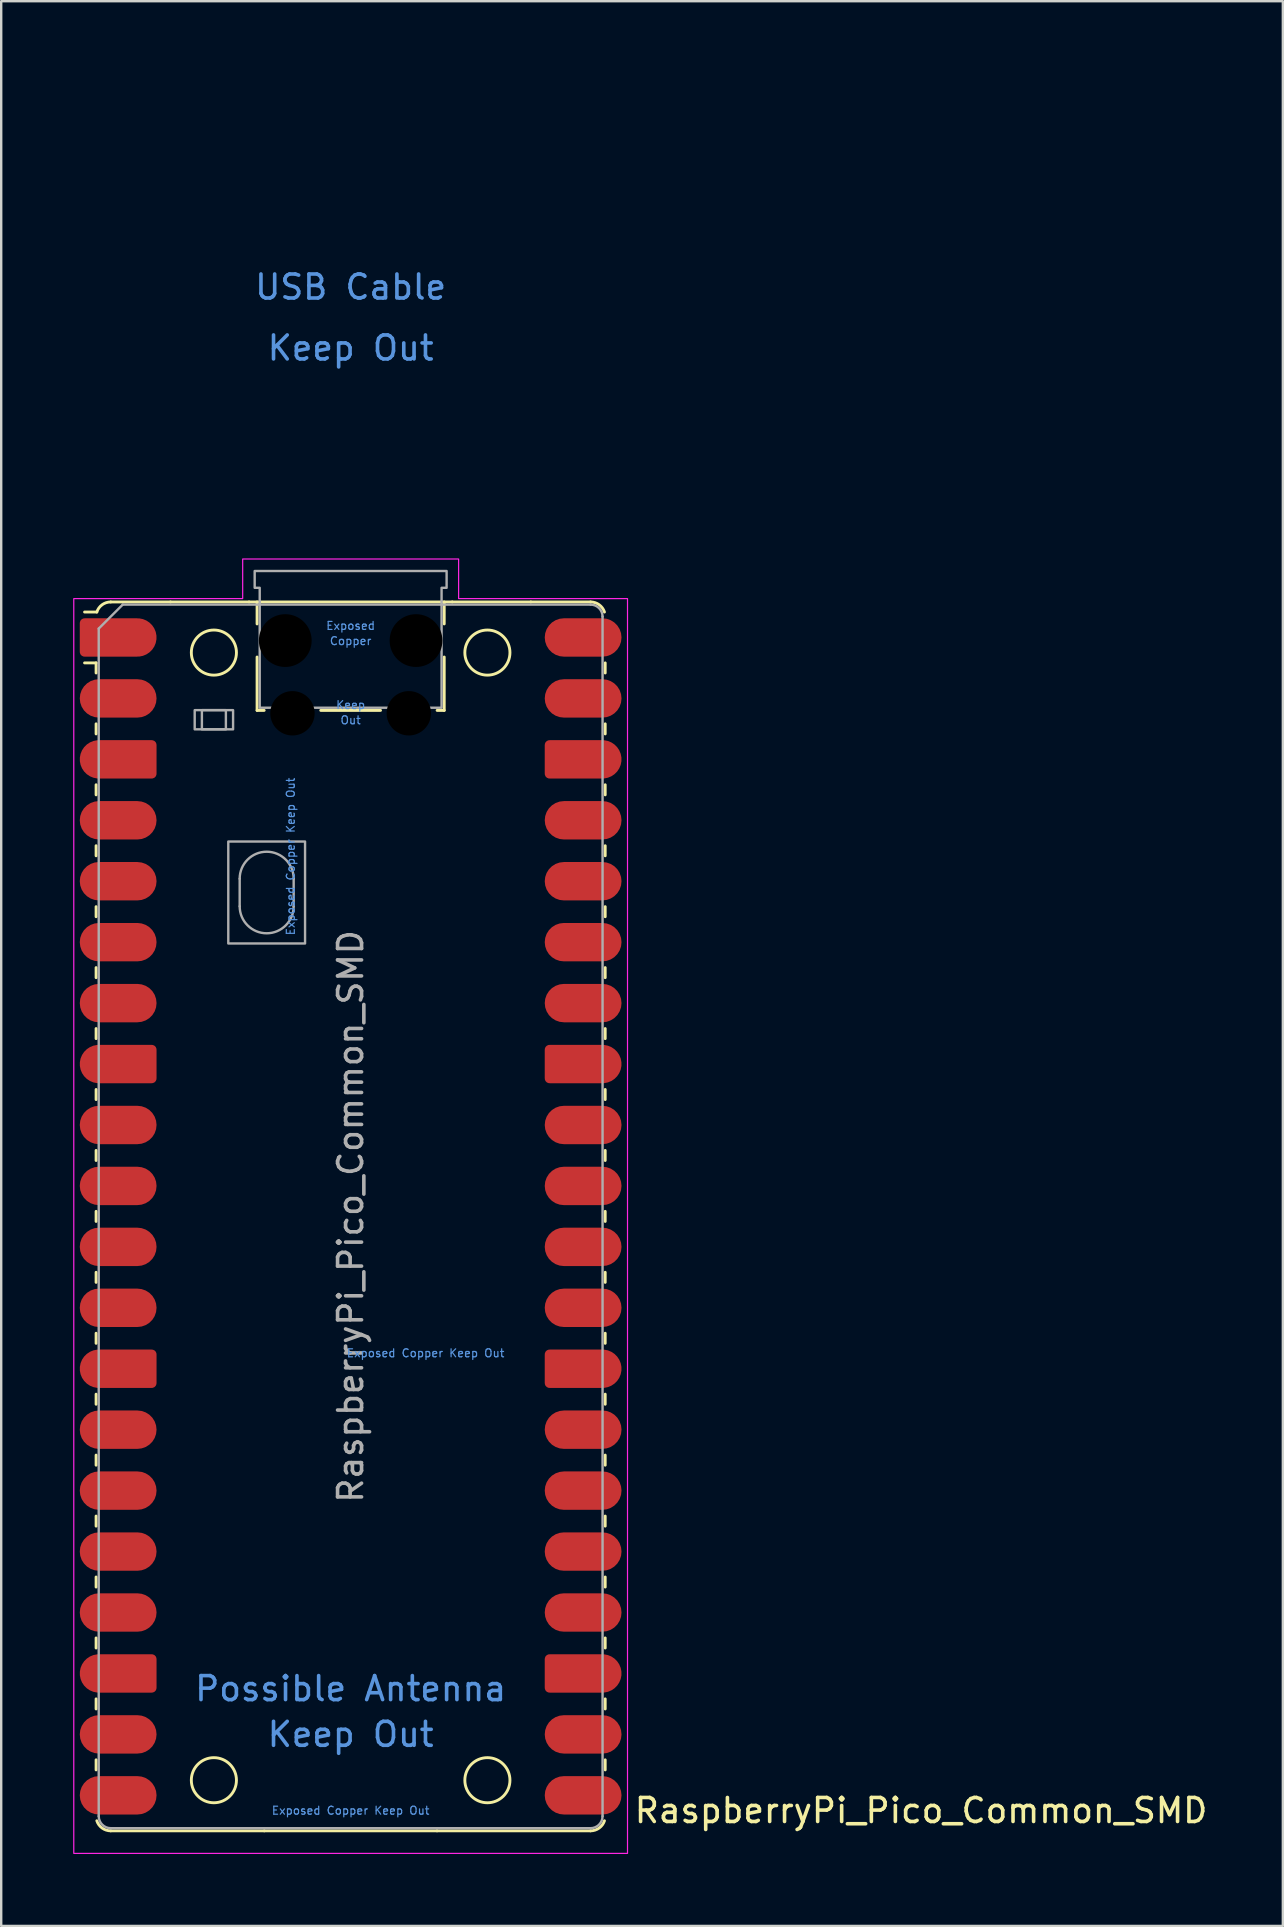
<source format=kicad_pcb>
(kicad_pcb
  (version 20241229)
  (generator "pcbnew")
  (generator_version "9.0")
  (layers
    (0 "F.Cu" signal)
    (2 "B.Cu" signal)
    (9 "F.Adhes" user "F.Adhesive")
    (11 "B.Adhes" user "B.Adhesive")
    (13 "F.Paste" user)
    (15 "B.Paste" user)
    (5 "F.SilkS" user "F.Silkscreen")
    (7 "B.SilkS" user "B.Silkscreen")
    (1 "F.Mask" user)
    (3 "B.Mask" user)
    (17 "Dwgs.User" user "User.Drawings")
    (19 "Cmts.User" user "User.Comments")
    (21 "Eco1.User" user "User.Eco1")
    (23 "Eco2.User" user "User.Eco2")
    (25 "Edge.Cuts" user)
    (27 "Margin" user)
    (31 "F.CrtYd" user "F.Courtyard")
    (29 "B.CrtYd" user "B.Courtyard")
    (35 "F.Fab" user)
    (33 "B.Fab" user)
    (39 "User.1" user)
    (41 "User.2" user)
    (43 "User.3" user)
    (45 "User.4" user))
  (footprint "RaspberryPi_Pico_Common_SMD"
    (layer "F.Cu")
    (at 11.565 47.65)
    (property "Reference" "RaspberryPi_Pico_Common_SMD" (at 11.748 24.765 0) (unlocked yes) (layer "F.SilkS") (effects (font (size 1 1) (thickness 0.15)) (justify left)))
    (attr smd)
    (fp_line (start -10.61 -23.07) (end -11.09 -23.07) (stroke (width 0.12) (type solid)) (layer "F.SilkS"))
    (fp_line (start -10.61 -23.07) (end -10.61 -22.65) (stroke (width 0.12) (type solid)) (layer "F.SilkS"))
    (fp_line (start -10.61 -20.53) (end -10.61 -20.11) (stroke (width 0.12) (type solid)) (layer "F.SilkS"))
    (fp_line (start -10.61 -17.99) (end -10.61 -17.57) (stroke (width 0.12) (type solid)) (layer "F.SilkS"))
    (fp_line (start -10.61 -15.45) (end -10.61 -15.03) (stroke (width 0.12) (type solid)) (layer "F.SilkS"))
    (fp_line (start -10.61 -12.91) (end -10.61 -12.49) (stroke (width 0.12) (type solid)) (layer "F.SilkS"))
    (fp_line (start -10.61 -10.37) (end -10.61 -9.95) (stroke (width 0.12) (type solid)) (layer "F.SilkS"))
    (fp_line (start -10.61 -7.83) (end -10.61 -7.41) (stroke (width 0.12) (type solid)) (layer "F.SilkS"))
    (fp_line (start -10.61 -5.29) (end -10.61 -4.87) (stroke (width 0.12) (type solid)) (layer "F.SilkS"))
    (fp_line (start -10.61 -2.75) (end -10.61 -2.33) (stroke (width 0.12) (type solid)) (layer "F.SilkS"))
    (fp_line (start -10.61 -0.21) (end -10.61 0.21) (stroke (width 0.12) (type solid)) (layer "F.SilkS"))
    (fp_line (start -10.61 2.33) (end -10.61 2.75) (stroke (width 0.12) (type solid)) (layer "F.SilkS"))
    (fp_line (start -10.61 4.87) (end -10.61 5.29) (stroke (width 0.12) (type solid)) (layer "F.SilkS"))
    (fp_line (start -10.61 7.41) (end -10.61 7.83) (stroke (width 0.12) (type solid)) (layer "F.SilkS"))
    (fp_line (start -10.61 9.95) (end -10.61 10.37) (stroke (width 0.12) (type solid)) (layer "F.SilkS"))
    (fp_line (start -10.61 12.49) (end -10.61 12.91) (stroke (width 0.12) (type solid)) (layer "F.SilkS"))
    (fp_line (start -10.61 15.03) (end -10.61 15.45) (stroke (width 0.12) (type solid)) (layer "F.SilkS"))
    (fp_line (start -10.61 17.57) (end -10.61 17.99) (stroke (width 0.12) (type solid)) (layer "F.SilkS"))
    (fp_line (start -10.61 20.11) (end -10.61 20.53) (stroke (width 0.12) (type solid)) (layer "F.SilkS"))
    (fp_line (start -10.61 22.65) (end -10.61 23.07) (stroke (width 0.12) (type solid)) (layer "F.SilkS"))
    (fp_line (start -10.58 -25.19) (end -11.09 -25.19) (stroke (width 0.12) (type solid)) (layer "F.SilkS"))
    (fp_line (start -10 -25.61) (end -7.51 -25.61) (stroke (width 0.12) (type solid)) (layer "F.SilkS"))
    (fp_line (start -10 25.61) (end -3.6 25.61) (stroke (width 0.12) (type solid)) (layer "F.SilkS"))
    (fp_line (start -7.51 -25.61) (end -4.235 -25.61) (stroke (width 0.12) (type solid)) (layer "F.SilkS"))
    (fp_line (start -4.235 -25.61) (end 4.235 -25.61) (stroke (width 0.12) (type solid)) (layer "F.SilkS"))
    (fp_line (start -3.9 -25.61) (end -3.9 -24.694) (stroke (width 0.12) (type solid)) (layer "F.SilkS"))
    (fp_line (start -3.9 -23.315) (end -3.9 -21.09) (stroke (width 0.12) (type solid)) (layer "F.SilkS"))
    (fp_line (start -3.9 -21.09) (end -3.604 -21.09) (stroke (width 0.12) (type solid)) (layer "F.SilkS"))
    (fp_line (start -1.246 -21.09) (end 1.246 -21.09) (stroke (width 0.12) (type solid)) (layer "F.SilkS"))
    (fp_line (start 3.6 25.61) (end -3.6 25.61) (stroke (width 0.12) (type solid)) (layer "F.SilkS"))
    (fp_line (start 3.6 25.61) (end 10 25.61) (stroke (width 0.12) (type solid)) (layer "F.SilkS"))
    (fp_line (start 3.604 -21.09) (end 3.9 -21.09) (stroke (width 0.12) (type solid)) (layer "F.SilkS"))
    (fp_line (start 3.9 -25.61) (end 3.9 -24.694) (stroke (width 0.12) (type solid)) (layer "F.SilkS"))
    (fp_line (start 3.9 -23.315) (end 3.9 -21.09) (stroke (width 0.12) (type solid)) (layer "F.SilkS"))
    (fp_line (start 4.235 -25.61) (end 7.51 -25.61) (stroke (width 0.12) (type solid)) (layer "F.SilkS"))
    (fp_line (start 10 -25.61) (end 7.51 -25.61) (stroke (width 0.12) (type solid)) (layer "F.SilkS"))
    (fp_line (start 10.61 -23.07) (end 10.61 -22.65) (stroke (width 0.12) (type solid)) (layer "F.SilkS"))
    (fp_line (start 10.61 -20.53) (end 10.61 -20.11) (stroke (width 0.12) (type solid)) (layer "F.SilkS"))
    (fp_line (start 10.61 -17.99) (end 10.61 -17.57) (stroke (width 0.12) (type solid)) (layer "F.SilkS"))
    (fp_line (start 10.61 -15.45) (end 10.61 -15.03) (stroke (width 0.12) (type solid)) (layer "F.SilkS"))
    (fp_line (start 10.61 -12.91) (end 10.61 -12.49) (stroke (width 0.12) (type solid)) (layer "F.SilkS"))
    (fp_line (start 10.61 -10.37) (end 10.61 -9.95) (stroke (width 0.12) (type solid)) (layer "F.SilkS"))
    (fp_line (start 10.61 -7.83) (end 10.61 -7.41) (stroke (width 0.12) (type solid)) (layer "F.SilkS"))
    (fp_line (start 10.61 -5.29) (end 10.61 -4.87) (stroke (width 0.12) (type solid)) (layer "F.SilkS"))
    (fp_line (start 10.61 -2.75) (end 10.61 -2.33) (stroke (width 0.12) (type solid)) (layer "F.SilkS"))
    (fp_line (start 10.61 -0.21) (end 10.61 0.21) (stroke (width 0.12) (type solid)) (layer "F.SilkS"))
    (fp_line (start 10.61 2.33) (end 10.61 2.75) (stroke (width 0.12) (type solid)) (layer "F.SilkS"))
    (fp_line (start 10.61 4.87) (end 10.61 5.29) (stroke (width 0.12) (type solid)) (layer "F.SilkS"))
    (fp_line (start 10.61 7.41) (end 10.61 7.83) (stroke (width 0.12) (type solid)) (layer "F.SilkS"))
    (fp_line (start 10.61 9.95) (end 10.61 10.37) (stroke (width 0.12) (type solid)) (layer "F.SilkS"))
    (fp_line (start 10.61 12.49) (end 10.61 12.91) (stroke (width 0.12) (type solid)) (layer "F.SilkS"))
    (fp_line (start 10.61 15.03) (end 10.61 15.45) (stroke (width 0.12) (type solid)) (layer "F.SilkS"))
    (fp_line (start 10.61 17.57) (end 10.61 17.99) (stroke (width 0.12) (type solid)) (layer "F.SilkS"))
    (fp_line (start 10.61 20.11) (end 10.61 20.53) (stroke (width 0.12) (type solid)) (layer "F.SilkS"))
    (fp_line (start 10.61 22.65) (end 10.61 23.07) (stroke (width 0.12) (type solid)) (layer "F.SilkS"))
    (fp_arc (start -10.579676 -25.189937) (mid -10.357938 -25.493944) (end -10 -25.61) (stroke (width 0.12) (type solid)) (layer "F.SilkS"))
    (fp_arc (start -10 25.61) (mid -10.357937 25.493944) (end -10.579676 25.189937) (stroke (width 0.12) (type solid)) (layer "F.SilkS"))
    (fp_arc (start 10 -25.61) (mid 10.357937 -25.493944) (end 10.579676 -25.189937) (stroke (width 0.12) (type solid)) (layer "F.SilkS"))
    (fp_arc (start 10.579676 25.189937) (mid 10.357946 25.493957) (end 10 25.61) (stroke (width 0.12) (type solid)) (layer "F.SilkS"))
    (fp_circle (center -5.7 -23.5) (end -4.76 -23.5) (stroke (width 0.12) (type solid)) (fill no) (layer "F.SilkS"))
    (fp_circle (center -5.7 23.5) (end -4.76 23.5) (stroke (width 0.12) (type solid)) (fill no) (layer "F.SilkS"))
    (fp_circle (center 5.7 -23.5) (end 6.64 -23.5) (stroke (width 0.12) (type solid)) (fill no) (layer "F.SilkS"))
    (fp_circle (center 5.7 23.5) (end 6.64 23.5) (stroke (width 0.12) (type solid)) (fill no) (layer "F.SilkS"))
    (fp_poly (pts (xy -4.5 -27.4) (xy 4.5 -27.4) (xy 4.5 -25.75) (xy 11.54 -25.75) (xy 11.54 26.55) (xy -11.54 26.55) (xy -11.54 -25.75) (xy -4.5 -25.75)) (stroke (width 0.05) (type solid)) (fill no) (layer "F.CrtYd"))
    (fp_line (start -10.5 -24.5) (end -9.5 -25.5) (stroke (width 0.1) (type solid)) (layer "F.Fab"))
    (fp_line (start -10.5 25) (end -10.5 -24.5) (stroke (width 0.1) (type solid)) (layer "F.Fab"))
    (fp_line (start -9.5 -25.5) (end 10 -25.5) (stroke (width 0.1) (type solid)) (layer "F.Fab"))
    (fp_line (start -4.625 -14.075) (end -4.625 -12.925) (stroke (width 0.1) (type solid)) (layer "F.Fab"))
    (fp_line (start -2.375 -14.075) (end -2.375 -12.925) (stroke (width 0.1) (type solid)) (layer "F.Fab"))
    (fp_line (start 10 25.5) (end -10 25.5) (stroke (width 0.1) (type solid)) (layer "F.Fab"))
    (fp_line (start 10.5 -25) (end 10.5 25) (stroke (width 0.1) (type solid)) (layer "F.Fab"))
    (fp_rect (start -6.5 -21.1) (end -4.9 -20.3) (stroke (width 0.1) (type solid)) (fill no) (layer "F.Fab"))
    (fp_rect (start -6.2 -21.1) (end -5.2 -20.3) (stroke (width 0.1) (type solid)) (fill no) (layer "F.Fab"))
    (fp_rect (start -5.1 -15.625) (end -1.9 -11.375) (stroke (width 0.1) (type solid)) (fill no) (layer "F.Fab"))
    (fp_arc (start -10 25.5) (mid -10.353553 25.353553) (end -10.5 25) (stroke (width 0.1) (type solid)) (layer "F.Fab"))
    (fp_arc (start -4.625 -14.075) (mid -3.5 -15.2) (end -2.375 -14.075) (stroke (width 0.1) (type solid)) (layer "F.Fab"))
    (fp_arc (start -2.375 -12.925) (mid -3.5 -11.8) (end -4.625 -12.925) (stroke (width 0.1) (type solid)) (layer "F.Fab"))
    (fp_arc (start 10 -25.5) (mid 10.353553 -25.353553) (end 10.5 -25) (stroke (width 0.1) (type solid)) (layer "F.Fab"))
    (fp_arc (start 10.5 25) (mid 10.353553 25.353553) (end 10 25.5) (stroke (width 0.1) (type solid)) (layer "F.Fab"))
    (fp_poly (pts (xy 3.79 -21.2) (xy 3.79 -26.2) (xy 4 -26.2) (xy 4 -26.9) (xy -4 -26.9) (xy -4 -26.2) (xy -3.79 -26.2) (xy -3.79 -21.2)) (stroke (width 0.1) (type solid)) (fill no) (layer "F.Fab"))
    (fp_text user "Exposed" (at 0 -24.617 0) (unlocked yes) (layer "Cmts.User") (effects (font (size 0.333 0.333) (thickness 0.05))))
    (fp_text user "Exposed Copper Keep Out" (at 3.124 5.7 0) (unlocked yes) (layer "Cmts.User") (effects (font (size 0.333 0.333) (thickness 0.05))))
    (fp_text user "Exposed Copper Keep Out" (at 0 24.765 0) (unlocked yes) (layer "Cmts.User") (effects (font (size 0.333 0.333) (thickness 0.05))))
    (fp_text user "Keep Out" (at 0 -36.195 0) (unlocked yes) (layer "Cmts.User") (effects (font (size 1 1) (thickness 0.15))))
    (fp_text user "Copper" (at 0 -23.983 0) (unlocked yes) (layer "Cmts.User") (effects (font (size 0.333 0.333) (thickness 0.05))))
    (fp_text user "USB Cable" (at 0 -38.735 0) (unlocked yes) (layer "Cmts.User") (effects (font (size 1 1) (thickness 0.15))))
    (fp_text user "Out" (at 0 -20.683 0) (unlocked yes) (layer "Cmts.User") (effects (font (size 0.333 0.333) (thickness 0.05))))
    (fp_text user "Keep Out" (at 0 21.59 0) (unlocked yes) (layer "Cmts.User") (effects (font (size 1 1) (thickness 0.15))))
    (fp_text user "Possible Antenna" (at 0 19.685 0) (unlocked yes) (layer "Cmts.User") (effects (font (size 1 1) (thickness 0.15))))
    (fp_text user "Keep" (at 0 -21.317 0) (unlocked yes) (layer "Cmts.User") (effects (font (size 0.333 0.333) (thickness 0.05))))
    (fp_text user "Exposed Copper Keep Out" (at -2.5 -15 90) (unlocked yes) (layer "Cmts.User") (effects (font (size 0.333 0.333) (thickness 0.05))))
    (fp_text user "${REFERENCE}" (at 0 0 90) (layer "F.Fab") (effects (font (size 1 1) (thickness 0.15))))
    (pad "" np_thru_hole circle (at -2.725 -24) (size 2.2 2.2) (drill 2.2) (layers "*.Mask"))
    (pad "" np_thru_hole circle (at -2.425 -20.97) (size 1.85 1.85) (drill 1.85) (layers "*.Mask"))
    (pad "" np_thru_hole circle (at 2.425 -20.97) (size 1.85 1.85) (drill 1.85) (layers "*.Mask"))
    (pad "" np_thru_hole circle (at 2.725 -24) (size 2.2 2.2) (drill 2.2) (layers "*.Mask"))
    (pad "1" smd custom (at -8.89 -24.13) (size 1.6 1.6) (layers "F.Cu" "F.Mask" "F.Paste") (options (anchor circle)) (primitives (gr_poly (pts (xy -2.4 0.6) (xy -2.4 -0.6) (xy -2.2 -0.8) (xy 0 -0.8) (xy 0 0.8) (xy -2.2 0.8)) (width 0) (fill yes)) (gr_circle (center -2.2 0.6) (end -2 0.6) (width 0) (fill yes)) (gr_circle (center -2.2 -0.6) (end -2 -0.6) (width 0) (fill yes))))
    (pad "2" smd roundrect (at -8.89 -21.59) (size 3.2 1.6) (drill (offset -0.8 0)) (layers "F.Cu" "F.Mask" "F.Paste") (roundrect_rratio 0.5))
    (pad "3" smd custom (at -8.89 -19.05) (size 1.6 1.6) (layers "F.Cu" "F.Mask" "F.Paste") (options (anchor circle)) (primitives (gr_poly (pts (xy 0.8 -0.6) (xy 0.8 0.6) (xy 0.6 0.8) (xy -1.6 0.8) (xy -1.6 -0.8) (xy 0.6 -0.8)) (width 0) (fill yes)) (gr_circle (center 0.6 0.6) (end 0.8 0.6) (width 0) (fill yes)) (gr_circle (center 0.6 -0.6) (end 0.8 -0.6) (width 0) (fill yes)) (gr_circle (center -1.6 0) (end -0.8 0) (width 0) (fill yes))))
    (pad "4" smd roundrect (at -8.89 -16.51) (size 3.2 1.6) (drill (offset -0.8 0)) (layers "F.Cu" "F.Mask" "F.Paste") (roundrect_rratio 0.5))
    (pad "5" smd roundrect (at -8.89 -13.97) (size 3.2 1.6) (drill (offset -0.8 0)) (layers "F.Cu" "F.Mask" "F.Paste") (roundrect_rratio 0.5))
    (pad "6" smd roundrect (at -8.89 -11.43) (size 3.2 1.6) (drill (offset -0.8 0)) (layers "F.Cu" "F.Mask" "F.Paste") (roundrect_rratio 0.5))
    (pad "7" smd roundrect (at -8.89 -8.89) (size 3.2 1.6) (drill (offset -0.8 0)) (layers "F.Cu" "F.Mask" "F.Paste") (roundrect_rratio 0.5))
    (pad "8" smd custom (at -8.89 -6.35) (size 1.6 1.6) (layers "F.Cu" "F.Mask" "F.Paste") (options (anchor circle)) (primitives (gr_poly (pts (xy 0.8 -0.6) (xy 0.8 0.6) (xy 0.6 0.8) (xy -1.6 0.8) (xy -1.6 -0.8) (xy 0.6 -0.8)) (width 0) (fill yes)) (gr_circle (center 0.6 0.6) (end 0.8 0.6) (width 0) (fill yes)) (gr_circle (center 0.6 -0.6) (end 0.8 -0.6) (width 0) (fill yes)) (gr_circle (center -1.6 0) (end -0.8 0) (width 0) (fill yes))))
    (pad "9" smd roundrect (at -8.89 -3.81) (size 3.2 1.6) (drill (offset -0.8 0)) (layers "F.Cu" "F.Mask" "F.Paste") (roundrect_rratio 0.5))
    (pad "10" smd roundrect (at -8.89 -1.27) (size 3.2 1.6) (drill (offset -0.8 0)) (layers "F.Cu" "F.Mask" "F.Paste") (roundrect_rratio 0.5))
    (pad "11" smd roundrect (at -8.89 1.27) (size 3.2 1.6) (drill (offset -0.8 0)) (layers "F.Cu" "F.Mask" "F.Paste") (roundrect_rratio 0.5))
    (pad "12" smd roundrect (at -8.89 3.81) (size 3.2 1.6) (drill (offset -0.8 0)) (layers "F.Cu" "F.Mask" "F.Paste") (roundrect_rratio 0.5))
    (pad "13" smd custom (at -8.89 6.35) (size 1.6 1.6) (layers "F.Cu" "F.Mask" "F.Paste") (options (anchor circle)) (primitives (gr_poly (pts (xy 0.8 -0.6) (xy 0.8 0.6) (xy 0.6 0.8) (xy -1.6 0.8) (xy -1.6 -0.8) (xy 0.6 -0.8)) (width 0) (fill yes)) (gr_circle (center 0.6 0.6) (end 0.8 0.6) (width 0) (fill yes)) (gr_circle (center 0.6 -0.6) (end 0.8 -0.6) (width 0) (fill yes)) (gr_circle (center -1.6 0) (end -0.8 0) (width 0) (fill yes))))
    (pad "14" smd roundrect (at -8.89 8.89) (size 3.2 1.6) (drill (offset -0.8 0)) (layers "F.Cu" "F.Mask" "F.Paste") (roundrect_rratio 0.5))
    (pad "15" smd roundrect (at -8.89 11.43) (size 3.2 1.6) (drill (offset -0.8 0)) (layers "F.Cu" "F.Mask" "F.Paste") (roundrect_rratio 0.5))
    (pad "16" smd roundrect (at -8.89 13.97) (size 3.2 1.6) (drill (offset -0.8 0)) (layers "F.Cu" "F.Mask" "F.Paste") (roundrect_rratio 0.5))
    (pad "17" smd roundrect (at -8.89 16.51) (size 3.2 1.6) (drill (offset -0.8 0)) (layers "F.Cu" "F.Mask" "F.Paste") (roundrect_rratio 0.5))
    (pad "18" smd custom (at -8.89 19.05) (size 1.6 1.6) (layers "F.Cu" "F.Mask" "F.Paste") (options (anchor circle)) (primitives (gr_poly (pts (xy 0.8 -0.6) (xy 0.8 0.6) (xy 0.6 0.8) (xy -1.6 0.8) (xy -1.6 -0.8) (xy 0.6 -0.8)) (width 0) (fill yes)) (gr_circle (center 0.6 0.6) (end 0.8 0.6) (width 0) (fill yes)) (gr_circle (center 0.6 -0.6) (end 0.8 -0.6) (width 0) (fill yes)) (gr_circle (center -1.6 0) (end -0.8 0) (width 0) (fill yes))))
    (pad "19" smd roundrect (at -8.89 21.59) (size 3.2 1.6) (drill (offset -0.8 0)) (layers "F.Cu" "F.Mask" "F.Paste") (roundrect_rratio 0.5))
    (pad "20" smd roundrect (at -8.89 24.13) (size 3.2 1.6) (drill (offset -0.8 0)) (layers "F.Cu" "F.Mask" "F.Paste") (roundrect_rratio 0.5))
    (pad "21" smd roundrect (at 8.89 24.13) (size 3.2 1.6) (drill (offset 0.8 0)) (layers "F.Cu" "F.Mask" "F.Paste") (roundrect_rratio 0.5))
    (pad "22" smd roundrect (at 8.89 21.59) (size 3.2 1.6) (drill (offset 0.8 0)) (layers "F.Cu" "F.Mask" "F.Paste") (roundrect_rratio 0.5))
    (pad "23" smd custom (at 8.89 19.05) (size 1.6 1.6) (layers "F.Cu" "F.Mask" "F.Paste") (options (anchor circle)) (primitives (gr_poly (pts (xy -0.8 -0.6) (xy -0.8 0.6) (xy -0.6 0.8) (xy 1.6 0.8) (xy 1.6 -0.8) (xy -0.6 -0.8)) (width 0) (fill yes)) (gr_circle (center -0.6 0.6) (end -0.4 0.6) (width 0) (fill yes)) (gr_circle (center -0.6 -0.6) (end -0.4 -0.6) (width 0) (fill yes)) (gr_circle (center 1.6 0) (end 2.4 0) (width 0) (fill yes))))
    (pad "24" smd roundrect (at 8.89 16.51) (size 3.2 1.6) (drill (offset 0.8 0)) (layers "F.Cu" "F.Mask" "F.Paste") (roundrect_rratio 0.5))
    (pad "25" smd roundrect (at 8.89 13.97) (size 3.2 1.6) (drill (offset 0.8 0)) (layers "F.Cu" "F.Mask" "F.Paste") (roundrect_rratio 0.5))
    (pad "26" smd roundrect (at 8.89 11.43) (size 3.2 1.6) (drill (offset 0.8 0)) (layers "F.Cu" "F.Mask" "F.Paste") (roundrect_rratio 0.5))
    (pad "27" smd roundrect (at 8.89 8.89) (size 3.2 1.6) (drill (offset 0.8 0)) (layers "F.Cu" "F.Mask" "F.Paste") (roundrect_rratio 0.5))
    (pad "28" smd custom (at 8.89 6.35) (size 1.6 1.6) (layers "F.Cu" "F.Mask" "F.Paste") (options (anchor circle)) (primitives (gr_poly (pts (xy -0.8 -0.6) (xy -0.8 0.6) (xy -0.6 0.8) (xy 1.6 0.8) (xy 1.6 -0.8) (xy -0.6 -0.8)) (width 0) (fill yes)) (gr_circle (center -0.6 0.6) (end -0.4 0.6) (width 0) (fill yes)) (gr_circle (center -0.6 -0.6) (end -0.4 -0.6) (width 0) (fill yes)) (gr_circle (center 1.6 0) (end 2.4 0) (width 0) (fill yes))))
    (pad "29" smd roundrect (at 8.89 3.81) (size 3.2 1.6) (drill (offset 0.8 0)) (layers "F.Cu" "F.Mask" "F.Paste") (roundrect_rratio 0.5))
    (pad "30" smd roundrect (at 8.89 1.27) (size 3.2 1.6) (drill (offset 0.8 0)) (layers "F.Cu" "F.Mask" "F.Paste") (roundrect_rratio 0.5))
    (pad "31" smd roundrect (at 8.89 -1.27) (size 3.2 1.6) (drill (offset 0.8 0)) (layers "F.Cu" "F.Mask" "F.Paste") (roundrect_rratio 0.5))
    (pad "32" smd roundrect (at 8.89 -3.81) (size 3.2 1.6) (drill (offset 0.8 0)) (layers "F.Cu" "F.Mask" "F.Paste") (roundrect_rratio 0.5))
    (pad "33" smd custom (at 8.89 -6.35) (size 1.6 1.6) (layers "F.Cu" "F.Mask" "F.Paste") (options (anchor circle)) (primitives (gr_poly (pts (xy -0.8 -0.6) (xy -0.8 0.6) (xy -0.6 0.8) (xy 1.6 0.8) (xy 1.6 -0.8) (xy -0.6 -0.8)) (width 0) (fill yes)) (gr_circle (center -0.6 0.6) (end -0.4 0.6) (width 0) (fill yes)) (gr_circle (center -0.6 -0.6) (end -0.4 -0.6) (width 0) (fill yes)) (gr_circle (center 1.6 0) (end 2.4 0) (width 0) (fill yes))))
    (pad "34" smd roundrect (at 8.89 -8.89) (size 3.2 1.6) (drill (offset 0.8 0)) (layers "F.Cu" "F.Mask" "F.Paste") (roundrect_rratio 0.5))
    (pad "35" smd roundrect (at 8.89 -11.43) (size 3.2 1.6) (drill (offset 0.8 0)) (layers "F.Cu" "F.Mask" "F.Paste") (roundrect_rratio 0.5))
    (pad "36" smd roundrect (at 8.89 -13.97) (size 3.2 1.6) (drill (offset 0.8 0)) (layers "F.Cu" "F.Mask" "F.Paste") (roundrect_rratio 0.5))
    (pad "37" smd roundrect (at 8.89 -16.51) (size 3.2 1.6) (drill (offset 0.8 0)) (layers "F.Cu" "F.Mask" "F.Paste") (roundrect_rratio 0.5))
    (pad "38" smd custom (at 8.89 -19.05) (size 1.6 1.6) (layers "F.Cu" "F.Mask" "F.Paste") (options (anchor circle)) (primitives (gr_poly (pts (xy -0.8 -0.6) (xy -0.8 0.6) (xy -0.6 0.8) (xy 1.6 0.8) (xy 1.6 -0.8) (xy -0.6 -0.8)) (width 0) (fill yes)) (gr_circle (center -0.6 0.6) (end -0.4 0.6) (width 0) (fill yes)) (gr_circle (center -0.6 -0.6) (end -0.4 -0.6) (width 0) (fill yes)) (gr_circle (center 1.6 0) (end 2.4 0) (width 0) (fill yes))))
    (pad "39" smd roundrect (at 8.89 -21.59) (size 3.2 1.6) (drill (offset 0.8 0)) (layers "F.Cu" "F.Mask" "F.Paste") (roundrect_rratio 0.5))
    (pad "40" smd roundrect (at 8.89 -24.13) (size 3.2 1.6) (drill (offset 0.8 0)) (layers "F.Cu" "F.Mask" "F.Paste") (roundrect_rratio 0.5))
    (zone (net_name "") (layers "F.Cu" "B.Cu" "F.Paste" "B.Paste") (name "Antenna Copper Keep Out") (hatch full 0.5) (connect_pads) (min_thickness 0.254) (filled_areas_thickness no) (keepout (tracks not_allowed) (vias not_allowed) (pads not_allowed) (copperpour not_allowed) (footprints allowed)) (placement (enabled no)) (fill) (polygon (pts (xy 9.165 72.64) (xy 4.465 68.99) (xy 4.465 64.65) (xy 18.665 64.65) (xy 18.665 68.99) (xy 13.965 72.64) (xy 13.965 73.65) (xy 9.165 73.65))))
    (zone (net_name "") (layers "F.Cu" "F.Paste") (name "Pad Keep Out D1-W") (hatch full 0.5) (connect_pads) (min_thickness 0.25) (filled_areas_thickness no) (keepout (tracks not_allowed) (vias not_allowed) (pads not_allowed) (copperpour not_allowed) (footprints allowed)) (placement (enabled no)) (fill) (polygon (pts (xy 11.194 52.45) (xy 11.249 52.395) (xy 11.322 52.365) (xy 11.362 52.363) (xy 12.149 52.363) (xy 12.149 54.337) (xy 11.362 54.337) (xy 11.322 54.335) (xy 11.249 54.305) (xy 11.194 54.25) (xy 11.164 54.177) (xy 11.162 54.137) (xy 11.162 52.563) (xy 11.164 52.523))))
    (zone (net_name "") (layers "F.Cu" "F.Paste") (name "Pad Keep Out D1-W") (hatch full 0.5) (connect_pads) (min_thickness 0.25) (filled_areas_thickness no) (keepout (tracks not_allowed) (vias not_allowed) (pads not_allowed) (copperpour not_allowed) (footprints allowed)) (placement (enabled no)) (fill) (polygon (pts (xy 12.937 54.337) (xy 12.149 54.337) (xy 12.149 52.363) (xy 12.937 52.363) (xy 12.976 52.365) (xy 13.049 52.395) (xy 13.104 52.45) (xy 13.135 52.523) (xy 13.136 52.563) (xy 13.136 54.137) (xy 13.135 54.177) (xy 13.104 54.25) (xy 13.049 54.305) (xy 12.976 54.335))))
    (zone (net_name "") (layers "F.Cu" "F.Paste") (name "Pad Keep Out TP4") (hatch full 0.5) (connect_pads) (min_thickness 0.25) (filled_areas_thickness no) (keepout (tracks not_allowed) (vias not_allowed) (pads not_allowed) (copperpour not_allowed) (footprints allowed)) (placement (enabled no)) (fill) (polygon (pts (xy 8.549 31.098) (xy 8.423 31.064) (xy 8.309 30.998) (xy 8.217 30.906) (xy 8.151 30.792) (xy 8.117 30.666) (xy 8.115 30.6) (xy 8.115 30.15) (xy 10.015 30.15) (xy 10.015 30.6) (xy 10.013 30.666) (xy 9.979 30.792) (xy 9.913 30.906) (xy 9.821 30.998) (xy 9.707 31.064) (xy 9.581 31.098) (xy 9.515 31.1) (xy 8.615 31.1))))
    (zone (net_name "") (layers "F.Cu" "F.Paste") (name "Pad Keep Out TP5") (hatch full 0.5) (connect_pads) (min_thickness 0.25) (filled_areas_thickness no) (keepout (tracks not_allowed) (vias not_allowed) (pads not_allowed) (copperpour not_allowed) (footprints allowed)) (placement (enabled no)) (fill) (polygon (pts (xy 8.549 33.598) (xy 8.423 33.564) (xy 8.309 33.498) (xy 8.217 33.406) (xy 8.151 33.292) (xy 8.117 33.166) (xy 8.115 33.1) (xy 8.115 32.65) (xy 10.015 32.65) (xy 10.015 33.1) (xy 10.013 33.166) (xy 9.979 33.292) (xy 9.913 33.406) (xy 9.821 33.498) (xy 9.707 33.564) (xy 9.581 33.598) (xy 9.515 33.6) (xy 8.615 33.6))))
    (zone (net_name "") (layers "F.Cu" "F.Paste") (name "Pad Keep Out TP6") (hatch full 0.5) (connect_pads) (min_thickness 0.25) (filled_areas_thickness no) (keepout (tracks not_allowed) (vias not_allowed) (pads not_allowed) (copperpour not_allowed) (footprints allowed)) (placement (enabled no)) (fill) (polygon (pts (xy 8.549 36.098) (xy 8.423 36.064) (xy 8.309 35.998) (xy 8.217 35.906) (xy 8.151 35.792) (xy 8.117 35.666) (xy 8.115 35.6) (xy 8.115 35.15) (xy 10.015 35.15) (xy 10.015 35.6) (xy 10.013 35.666) (xy 9.979 35.792) (xy 9.913 35.906) (xy 9.821 35.998) (xy 9.707 36.064) (xy 9.581 36.098) (xy 9.515 36.1) (xy 8.615 36.1))))
    (zone (net_name "") (layers "F.Cu" "F.Paste") (name "Pad Keep Out TP3") (hatch full 0.5) (connect_pads) (min_thickness 0.25) (filled_areas_thickness no) (keepout (tracks not_allowed) (vias not_allowed) (pads not_allowed) (copperpour not_allowed) (footprints allowed)) (placement (enabled no)) (fill) (polygon (pts (xy 9.617 22.834) (xy 9.651 22.708) (xy 9.717 22.594) (xy 9.809 22.502) (xy 9.923 22.436) (xy 10.049 22.402) (xy 10.115 22.4) (xy 10.565 22.4) (xy 10.565 24.3) (xy 10.115 24.3) (xy 10.049 24.298) (xy 9.923 24.264) (xy 9.809 24.198) (xy 9.717 24.106) (xy 9.651 23.992) (xy 9.617 23.866) (xy 9.615 23.8) (xy 9.615 22.9))))
    (zone (net_name "") (layers "F.Cu" "F.Paste") (name "Pad Keep Out TP4") (hatch full 0.5) (connect_pads) (min_thickness 0.25) (filled_areas_thickness no) (keepout (tracks not_allowed) (vias not_allowed) (pads not_allowed) (copperpour not_allowed) (footprints allowed)) (placement (enabled no)) (fill) (polygon (pts (xy 10.015 30.15) (xy 10.015 29.7) (xy 10.013 29.634) (xy 9.979 29.508) (xy 9.913 29.394) (xy 9.821 29.302) (xy 9.707 29.236) (xy 9.581 29.202) (xy 9.515 29.2) (xy 8.615 29.2) (xy 8.549 29.202) (xy 8.423 29.236) (xy 8.309 29.302) (xy 8.217 29.394) (xy 8.151 29.508) (xy 8.117 29.634) (xy 8.115 29.7) (xy 8.115 30.15))))
    (zone (net_name "") (layers "F.Cu" "F.Paste") (name "Pad Keep Out TP5") (hatch full 0.5) (connect_pads) (min_thickness 0.25) (filled_areas_thickness no) (keepout (tracks not_allowed) (vias not_allowed) (pads not_allowed) (copperpour not_allowed) (footprints allowed)) (placement (enabled no)) (fill) (polygon (pts (xy 10.015 32.65) (xy 10.015 32.2) (xy 10.013 32.134) (xy 9.979 32.008) (xy 9.913 31.894) (xy 9.821 31.802) (xy 9.707 31.736) (xy 9.581 31.702) (xy 9.515 31.7) (xy 8.615 31.7) (xy 8.549 31.702) (xy 8.423 31.736) (xy 8.309 31.802) (xy 8.217 31.894) (xy 8.151 32.008) (xy 8.117 32.134) (xy 8.115 32.2) (xy 8.115 32.65))))
    (zone (net_name "") (layers "F.Cu" "F.Paste") (name "Pad Keep Out TP6") (hatch full 0.5) (connect_pads) (min_thickness 0.25) (filled_areas_thickness no) (keepout (tracks not_allowed) (vias not_allowed) (pads not_allowed) (copperpour not_allowed) (footprints allowed)) (placement (enabled no)) (fill) (polygon (pts (xy 10.015 35.15) (xy 10.015 34.7) (xy 10.013 34.634) (xy 9.979 34.508) (xy 9.913 34.394) (xy 9.821 34.302) (xy 9.707 34.236) (xy 9.581 34.202) (xy 9.515 34.2) (xy 8.615 34.2) (xy 8.549 34.202) (xy 8.423 34.236) (xy 8.309 34.302) (xy 8.217 34.394) (xy 8.151 34.508) (xy 8.117 34.634) (xy 8.115 34.7) (xy 8.115 35.15))))
    (zone (net_name "") (layers "F.Cu" "F.Paste") (name "Pad Keep Out TP3") (hatch full 0.5) (connect_pads) (min_thickness 0.25) (filled_areas_thickness no) (keepout (tracks not_allowed) (vias not_allowed) (pads not_allowed) (copperpour not_allowed) (footprints allowed)) (placement (enabled no)) (fill) (polygon (pts (xy 10.565 24.3) (xy 11.015 24.3) (xy 11.081 24.298) (xy 11.207 24.264) (xy 11.321 24.198) (xy 11.413 24.106) (xy 11.479 23.992) (xy 11.513 23.866) (xy 11.515 23.8) (xy 11.515 22.9) (xy 11.513 22.834) (xy 11.479 22.708) (xy 11.413 22.594) (xy 11.321 22.502) (xy 11.207 22.436) (xy 11.081 22.402) (xy 11.015 22.4) (xy 10.565 22.4))))
    (zone (net_name "") (layers "F.Cu" "F.Paste") (name "Pad Keep Out TP1") (hatch full 0.5) (connect_pads) (min_thickness 0.25) (filled_areas_thickness no) (keepout (tracks not_allowed) (vias not_allowed) (pads not_allowed) (copperpour not_allowed) (footprints allowed)) (placement (enabled no)) (fill) (polygon (pts (xy 10.617 26.134) (xy 10.651 26.008) (xy 10.717 25.894) (xy 10.809 25.802) (xy 10.923 25.736) (xy 11.049 25.702) (xy 11.115 25.7) (xy 11.565 25.7) (xy 11.565 27.6) (xy 11.115 27.6) (xy 11.049 27.598) (xy 10.923 27.564) (xy 10.809 27.498) (xy 10.717 27.406) (xy 10.651 27.292) (xy 10.617 27.166) (xy 10.615 27.1) (xy 10.615 26.2))))
    (zone (net_name "") (layers "F.Cu" "F.Paste") (name "Pad Keep Out TP1") (hatch full 0.5) (connect_pads) (min_thickness 0.25) (filled_areas_thickness no) (keepout (tracks not_allowed) (vias not_allowed) (pads not_allowed) (copperpour not_allowed) (footprints allowed)) (placement (enabled no)) (fill) (polygon (pts (xy 11.565 27.6) (xy 12.015 27.6) (xy 12.081 27.598) (xy 12.207 27.564) (xy 12.321 27.498) (xy 12.413 27.406) (xy 12.479 27.292) (xy 12.513 27.166) (xy 12.515 27.1) (xy 12.515 26.2) (xy 12.513 26.134) (xy 12.479 26.008) (xy 12.413 25.894) (xy 12.321 25.802) (xy 12.207 25.736) (xy 12.081 25.702) (xy 12.015 25.7) (xy 11.565 25.7))))
    (zone (net_name "") (layers "F.Cu" "F.Paste") (name "Pad Keep Out TP2") (hatch full 0.5) (connect_pads) (min_thickness 0.25) (filled_areas_thickness no) (keepout (tracks not_allowed) (vias not_allowed) (pads not_allowed) (copperpour not_allowed) (footprints allowed)) (placement (enabled no)) (fill) (polygon (pts (xy 11.617 22.849) (xy 11.651 22.723) (xy 11.717 22.609) (xy 11.809 22.517) (xy 11.923 22.451) (xy 12.049 22.417) (xy 12.115 22.415) (xy 12.565 22.415) (xy 12.565 24.315) (xy 12.115 24.315) (xy 12.049 24.313) (xy 11.923 24.279) (xy 11.809 24.213) (xy 11.717 24.121) (xy 11.651 24.007) (xy 11.617 23.881) (xy 11.615 23.815) (xy 11.615 22.915))))
    (zone (net_name "") (layers "F.Cu" "F.Paste") (name "Pad Keep Out TP2") (hatch full 0.5) (connect_pads) (min_thickness 0.25) (filled_areas_thickness no) (keepout (tracks not_allowed) (vias not_allowed) (pads not_allowed) (copperpour not_allowed) (footprints allowed)) (placement (enabled no)) (fill) (polygon (pts (xy 12.565 24.315) (xy 13.015 24.315) (xy 13.081 24.313) (xy 13.207 24.279) (xy 13.321 24.213) (xy 13.413 24.121) (xy 13.479 24.007) (xy 13.513 23.881) (xy 13.515 23.815) (xy 13.515 22.915) (xy 13.513 22.849) (xy 13.479 22.723) (xy 13.413 22.609) (xy 13.321 22.517) (xy 13.207 22.451) (xy 13.081 22.417) (xy 13.015 22.415) (xy 12.565 22.415))))
    (zone (net_name "") (layers "F.Cu" "F.Paste") (name "Pad Keep Out D2") (hatch full 0.5) (connect_pads) (min_thickness 0.25) (filled_areas_thickness no) (keepout (tracks not_allowed) (vias not_allowed) (pads not_allowed) (copperpour not_allowed) (footprints allowed)) (placement (enabled no)) (fill) (polygon (pts (xy 10.965 70.55) (xy 11.565 70.55) (arc (start 11.565 74.15) (mid 10.857893 73.857107) (end 10.565 73.15)) (xy 10.565 70.95) (xy 10.567 70.887) (xy 10.606 70.767) (xy 10.68 70.665) (xy 10.782 70.591) (xy 10.902 70.552))))
    (zone (net_name "") (layers "F.Cu" "F.Paste") (name "Pad Keep Out D2") (hatch full 0.5) (connect_pads) (min_thickness 0.25) (filled_areas_thickness no) (keepout (tracks not_allowed) (vias not_allowed) (pads not_allowed) (copperpour not_allowed) (footprints allowed)) (placement (enabled no)) (fill) (polygon (pts (xy 12.165 70.55) (xy 12.228 70.552) (xy 12.348 70.591) (xy 12.45 70.665) (xy 12.524 70.767) (xy 12.563 70.887) (xy 12.565 70.95) (arc (start 12.565 73.15) (mid 12.272107 73.857107) (end 11.565 74.15)) (xy 11.565 70.55))))
    (zone (net_name "") (layers "F.Cu" "F.Paste") (name "Pad Keep Out D2-W") (hatch full 0.508) (connect_pads) (min_thickness 0.254) (filled_areas_thickness no) (keepout (tracks not_allowed) (vias not_allowed) (pads not_allowed) (copperpour not_allowed) (footprints allowed)) (placement (enabled no)) (fill) (polygon (pts (xy 15.681 53.35) (xy 15.662 53.157) (xy 15.606 52.972) (xy 15.516 52.801) (xy 15.393 52.651) (xy 15.244 52.527) (xy 15.074 52.435) (xy 14.889 52.378) (xy 14.696 52.358) (xy 14.503 52.375) (xy 14.317 52.43) (xy 14.146 52.52) (xy 13.995 52.641) (xy 13.87 52.789) (xy 13.777 52.959) (xy 13.719 53.144) (xy 13.697 53.336) (xy 13.713 53.529) (xy 13.767 53.715) (xy 13.855 53.887) (xy 13.975 54.039) (xy 14.123 54.165) (xy 14.292 54.259) (xy 14.476 54.319) (xy 14.668 54.342) (xy 14.861 54.327) (xy 15.048 54.275) (xy 15.221 54.188) (xy 15.373 54.069) (xy 15.5 53.922) (xy 15.595 53.754) (xy 15.657 53.57) (xy 15.681 53.378))))
    (zone (net_name "") (layers "F.Cu" "F.Paste") (name "Pad Keep Out D3-W") (hatch full 0.508) (connect_pads) (min_thickness 0.254) (filled_areas_thickness no) (keepout (tracks not_allowed) (vias not_allowed) (pads not_allowed) (copperpour not_allowed) (footprints allowed)) (placement (enabled no)) (fill) (polygon (pts (xy 18.221 53.35) (xy 18.202 53.157) (xy 18.146 52.972) (xy 18.056 52.801) (xy 17.933 52.651) (xy 17.784 52.527) (xy 17.614 52.435) (xy 17.429 52.378) (xy 17.236 52.358) (xy 17.043 52.375) (xy 16.857 52.43) (xy 16.686 52.52) (xy 16.535 52.641) (xy 16.41 52.789) (xy 16.317 52.959) (xy 16.259 53.144) (xy 16.237 53.336) (xy 16.253 53.529) (xy 16.307 53.715) (xy 16.395 53.887) (xy 16.515 54.039) (xy 16.663 54.165) (xy 16.832 54.259) (xy 17.016 54.319) (xy 17.208 54.342) (xy 17.401 54.327) (xy 17.588 54.275) (xy 17.761 54.188) (xy 17.913 54.069) (xy 18.04 53.922) (xy 18.136 53.754) (xy 18.197 53.57) (xy 18.221 53.378))))
    (zone (net_name "") (layers "F.Cu" "F.Paste") (name "Pad Keep Out D1") (hatch full 0.5) (connect_pads) (min_thickness 0.25) (filled_areas_thickness no) (keepout (tracks not_allowed) (vias not_allowed) (pads not_allowed) (copperpour not_allowed) (footprints allowed)) (placement (enabled no)) (fill) (polygon (pts (arc (start 8.025 73.15) (mid 8.317893 73.857107) (end 9.025 74.15)) (arc (start 9.025 70.55) (mid 8.317893 70.842893) (end 8.025 71.55)))))
    (zone (net_name "") (layers "F.Cu" "F.Paste") (name "Pad Keep Out D1") (hatch full 0.5) (connect_pads) (min_thickness 0.25) (filled_areas_thickness no) (keepout (tracks not_allowed) (vias not_allowed) (pads not_allowed) (copperpour not_allowed) (footprints allowed)) (placement (enabled no)) (fill) (polygon (pts (arc (start 9.025 74.15) (mid 9.732107 73.857107) (end 10.025 73.15)) (arc (start 10.025 71.55) (mid 9.732107 70.842893) (end 9.025 70.55)))))
    (zone (net_name "") (layers "F.Cu" "F.Paste") (name "Pad Keep Out D3") (hatch full 0.5) (connect_pads) (min_thickness 0.25) (filled_areas_thickness no) (keepout (tracks not_allowed) (vias not_allowed) (pads not_allowed) (copperpour not_allowed) (footprints allowed)) (placement (enabled no)) (fill) (polygon (pts (arc (start 13.105141 73.149925) (mid 13.398034 73.857032) (end 14.105141 74.149925)) (arc (start 14.105141 70.549925) (mid 13.398034 70.842818) (end 13.105141 71.549925)))))
    (zone (net_name "") (layers "F.Cu" "F.Paste") (name "Pad Keep Out D3") (hatch full 0.5) (connect_pads) (min_thickness 0.25) (filled_areas_thickness no) (keepout (tracks not_allowed) (vias not_allowed) (pads not_allowed) (copperpour not_allowed) (footprints allowed)) (placement (enabled no)) (fill) (polygon (pts (arc (start 14.105141 74.149925) (mid 14.812248 73.857032) (end 15.105141 73.149925)) (arc (start 15.105141 71.549925) (mid 14.812248 70.842818) (end 14.105141 70.549925)))))
    (zone (net_name "") (layer "Edge.Cuts") (name "Board Keep Out USB Cable") (hatch edge 0.5) (connect_pads) (min_thickness 0.254) (filled_areas_thickness no) (keepout (tracks allowed) (vias allowed) (pads allowed) (copperpour allowed) (footprints allowed)) (placement (enabled no)) (fill) (polygon (pts (xy 5.365 0) (xy 17.765 0) (xy 17.765 20.4) (xy 5.365 20.4))))
    (zone (net_name "") (layer "F.CrtYd") (name "USB Cable Keep Out") (hatch full 0.5) (connect_pads) (min_thickness 0.254) (filled_areas_thickness no) (keepout (tracks allowed) (vias allowed) (pads allowed) (copperpour allowed) (footprints not_allowed)) (placement (enabled no)) (fill) (polygon (pts (xy 5.815 19.95) (xy 7.625 19.95) (xy 7.625 20.25) (xy 15.505 20.25) (xy 15.505 19.95) (xy 17.315 19.95) (xy 17.315 0.45) (xy 5.815 0.45)))))
  (gr_rect
    (start -3 -3)
    (end 50.42 77.225)
    (stroke (width 0.1) (type default))
    (fill no)
    (layer "Edge.Cuts")))
</source>
